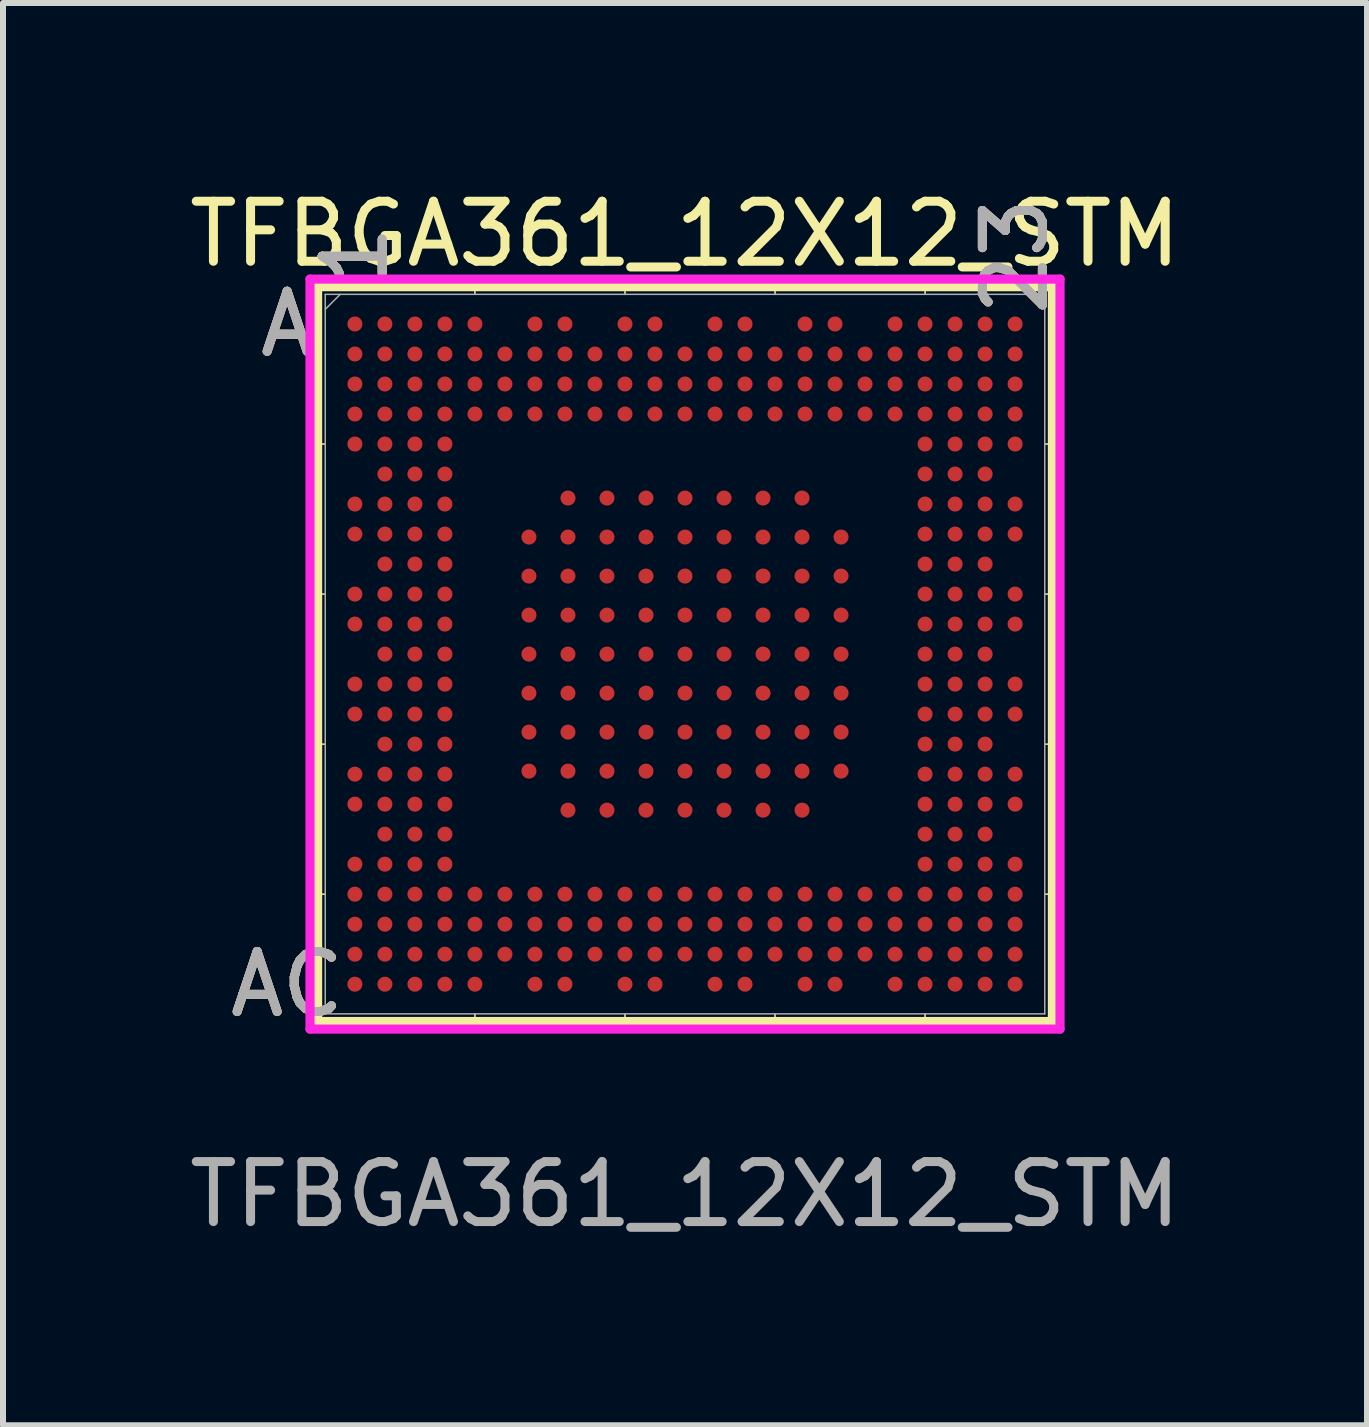
<source format=kicad_pcb>
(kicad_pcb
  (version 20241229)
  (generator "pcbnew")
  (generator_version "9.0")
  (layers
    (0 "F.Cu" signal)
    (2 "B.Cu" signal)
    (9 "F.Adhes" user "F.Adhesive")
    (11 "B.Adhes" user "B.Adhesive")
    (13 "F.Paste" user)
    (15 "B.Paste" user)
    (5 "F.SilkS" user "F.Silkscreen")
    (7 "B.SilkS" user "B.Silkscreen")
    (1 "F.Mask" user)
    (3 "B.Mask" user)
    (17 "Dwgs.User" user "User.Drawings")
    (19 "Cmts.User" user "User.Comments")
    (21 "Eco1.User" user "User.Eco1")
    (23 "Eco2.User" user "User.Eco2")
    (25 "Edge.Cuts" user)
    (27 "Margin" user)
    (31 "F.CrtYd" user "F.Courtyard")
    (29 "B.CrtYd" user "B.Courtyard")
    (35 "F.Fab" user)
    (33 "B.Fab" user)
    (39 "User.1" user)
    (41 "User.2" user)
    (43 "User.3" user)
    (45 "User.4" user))
  (footprint "TFBGA361_12X12_STM"
    (layer "F.Cu")
    (at 8.363 7.848)
    (property "Reference" "TFBGA361_12X12_STM" (at 0 -7 0) (unlocked yes) (layer "F.SilkS") (effects (font (size 1 1) (thickness 0.15))))
    (attr smd)
    (fp_line (start -6.121 -6.121) (end -6.121 6.121) (stroke (width 0.152) (type solid)) (layer "F.SilkS"))
    (fp_line (start -6.121 6.121) (end 6.121 6.121) (stroke (width 0.152) (type solid)) (layer "F.SilkS"))
    (fp_line (start -5.994 -3.5) (end -6.248 -3.5) (stroke (width 0.025) (type solid)) (layer "F.SilkS"))
    (fp_line (start -5.994 -1) (end -6.248 -1) (stroke (width 0.025) (type solid)) (layer "F.SilkS"))
    (fp_line (start -5.994 1.5) (end -6.248 1.5) (stroke (width 0.025) (type solid)) (layer "F.SilkS"))
    (fp_line (start -5.994 4) (end -6.248 4) (stroke (width 0.025) (type solid)) (layer "F.SilkS"))
    (fp_line (start -3.5 -5.994) (end -3.5 -6.248) (stroke (width 0.025) (type solid)) (layer "F.SilkS"))
    (fp_line (start -3.5 5.994) (end -3.5 6.248) (stroke (width 0.025) (type solid)) (layer "F.SilkS"))
    (fp_line (start -1 -5.994) (end -1 -6.248) (stroke (width 0.025) (type solid)) (layer "F.SilkS"))
    (fp_line (start -1 5.994) (end -1 6.248) (stroke (width 0.025) (type solid)) (layer "F.SilkS"))
    (fp_line (start 1.5 -5.994) (end 1.5 -6.248) (stroke (width 0.025) (type solid)) (layer "F.SilkS"))
    (fp_line (start 1.5 5.994) (end 1.5 6.248) (stroke (width 0.025) (type solid)) (layer "F.SilkS"))
    (fp_line (start 4 -5.994) (end 4 -6.248) (stroke (width 0.025) (type solid)) (layer "F.SilkS"))
    (fp_line (start 4 5.994) (end 4 6.248) (stroke (width 0.025) (type solid)) (layer "F.SilkS"))
    (fp_line (start 5.994 -3.5) (end 6.248 -3.5) (stroke (width 0.025) (type solid)) (layer "F.SilkS"))
    (fp_line (start 5.994 -1) (end 6.248 -1) (stroke (width 0.025) (type solid)) (layer "F.SilkS"))
    (fp_line (start 5.994 1.5) (end 6.248 1.5) (stroke (width 0.025) (type solid)) (layer "F.SilkS"))
    (fp_line (start 5.994 4) (end 6.248 4) (stroke (width 0.025) (type solid)) (layer "F.SilkS"))
    (fp_line (start 6.121 -6.121) (end -6.121 -6.121) (stroke (width 0.152) (type solid)) (layer "F.SilkS"))
    (fp_line (start 6.121 6.121) (end 6.121 -6.121) (stroke (width 0.152) (type solid)) (layer "F.SilkS"))
    (fp_poly (pts (xy -6.194 -6.194) (xy 6.194 -6.194) (xy 6.194 6.194) (xy -6.194 6.194)) (stroke (width 0.1) (type solid)) (fill no) (layer "Eco2.User"))
    (fp_line (start -6.248 -6.248) (end 6.248 -6.248) (stroke (width 0.152) (type solid)) (layer "F.CrtYd"))
    (fp_line (start -6.248 6.248) (end -6.248 -6.248) (stroke (width 0.152) (type solid)) (layer "F.CrtYd"))
    (fp_line (start 6.248 -6.248) (end 6.248 6.248) (stroke (width 0.152) (type solid)) (layer "F.CrtYd"))
    (fp_line (start 6.248 6.248) (end -6.248 6.248) (stroke (width 0.152) (type solid)) (layer "F.CrtYd"))
    (fp_line (start -5.994 -5.994) (end -5.994 5.994) (stroke (width 0.025) (type solid)) (layer "F.Fab"))
    (fp_line (start -5.994 5.994) (end 5.994 5.994) (stroke (width 0.025) (type solid)) (layer "F.Fab"))
    (fp_line (start -5.744 -5.994) (end -5.994 -5.744) (stroke (width 0.025) (type solid)) (layer "F.Fab"))
    (fp_line (start 5.994 -5.994) (end -5.994 -5.994) (stroke (width 0.025) (type solid)) (layer "F.Fab"))
    (fp_line (start 5.994 5.994) (end 5.994 -5.994) (stroke (width 0.025) (type solid)) (layer "F.Fab"))
    (fp_text user "23" (at 5.5 -6.629 90) (unlocked yes) (layer "F.SilkS") (effects (font (size 1 1) (thickness 0.15))))
    (fp_text user "AC" (at -6.629 5.5 0) (unlocked yes) (layer "F.SilkS") (effects (font (size 1 1) (thickness 0.15))))
    (fp_text user "1" (at -5.5 -6.629 90) (unlocked yes) (layer "F.SilkS") (effects (font (size 1 1) (thickness 0.15))))
    (fp_text user "A" (at -6.629 -5.5 0) (unlocked yes) (layer "F.SilkS") (effects (font (size 1 1) (thickness 0.15))))
    (fp_text user "23" (at 5.5 -6.629 90) (unlocked yes) (layer "B.SilkS") (effects (font (size 1 1) (thickness 0.15))))
    (fp_text user "A" (at -6.629 -5.5 0) (unlocked yes) (layer "B.SilkS") (effects (font (size 1 1) (thickness 0.15))))
    (fp_text user "AC" (at -6.629 5.5 0) (unlocked yes) (layer "B.SilkS") (effects (font (size 1 1) (thickness 0.15))))
    (fp_text user "1" (at -5.5 -6.629 90) (unlocked yes) (layer "B.SilkS") (effects (font (size 1 1) (thickness 0.15))))
    (fp_text user "23" (at 5.5 -6.629 90) (unlocked yes) (layer "F.Fab") (effects (font (size 1 1) (thickness 0.15))))
    (fp_text user "1" (at -5.5 -6.629 90) (unlocked yes) (layer "F.Fab") (effects (font (size 1 1) (thickness 0.15))))
    (fp_text user "${REFERENCE}" (at 0 9 0) (unlocked yes) (layer "F.Fab") (effects (font (size 1 1) (thickness 0.15))))
    (fp_text user "AC" (at -6.629 5.5 0) (unlocked yes) (layer "F.Fab") (effects (font (size 1 1) (thickness 0.15))))
    (fp_text user "A" (at -6.629 -5.5 0) (unlocked yes) (layer "F.Fab") (effects (font (size 1 1) (thickness 0.15))))
    (pad "1A2" smd circle (at -1.95 -2.6) (size 0.25 0.25) (layers "F.Cu" "F.Mask" "F.Paste"))
    (pad "1A3" smd circle (at -1.3 -2.6) (size 0.25 0.25) (layers "F.Cu" "F.Mask" "F.Paste"))
    (pad "1A4" smd circle (at -0.65 -2.6) (size 0.25 0.25) (layers "F.Cu" "F.Mask" "F.Paste"))
    (pad "1A5" smd circle (at 0 -2.6) (size 0.25 0.25) (layers "F.Cu" "F.Mask" "F.Paste"))
    (pad "1A6" smd circle (at 0.65 -2.6) (size 0.25 0.25) (layers "F.Cu" "F.Mask" "F.Paste"))
    (pad "1A7" smd circle (at 1.3 -2.6) (size 0.25 0.25) (layers "F.Cu" "F.Mask" "F.Paste"))
    (pad "1A8" smd circle (at 1.95 -2.6) (size 0.25 0.25) (layers "F.Cu" "F.Mask" "F.Paste"))
    (pad "1B1" smd circle (at -2.6 -1.95) (size 0.25 0.25) (layers "F.Cu" "F.Mask" "F.Paste"))
    (pad "1B2" smd circle (at -1.95 -1.95) (size 0.25 0.25) (layers "F.Cu" "F.Mask" "F.Paste"))
    (pad "1B3" smd circle (at -1.3 -1.95) (size 0.25 0.25) (layers "F.Cu" "F.Mask" "F.Paste"))
    (pad "1B4" smd circle (at -0.65 -1.95) (size 0.25 0.25) (layers "F.Cu" "F.Mask" "F.Paste"))
    (pad "1B5" smd circle (at 0 -1.95) (size 0.25 0.25) (layers "F.Cu" "F.Mask" "F.Paste"))
    (pad "1B6" smd circle (at 0.65 -1.95) (size 0.25 0.25) (layers "F.Cu" "F.Mask" "F.Paste"))
    (pad "1B7" smd circle (at 1.3 -1.95) (size 0.25 0.25) (layers "F.Cu" "F.Mask" "F.Paste"))
    (pad "1B8" smd circle (at 1.95 -1.95) (size 0.25 0.25) (layers "F.Cu" "F.Mask" "F.Paste"))
    (pad "1B9" smd circle (at 2.6 -1.95) (size 0.25 0.25) (layers "F.Cu" "F.Mask" "F.Paste"))
    (pad "1C1" smd circle (at -2.6 -1.3) (size 0.25 0.25) (layers "F.Cu" "F.Mask" "F.Paste"))
    (pad "1C2" smd circle (at -1.95 -1.3) (size 0.25 0.25) (layers "F.Cu" "F.Mask" "F.Paste"))
    (pad "1C3" smd circle (at -1.3 -1.3) (size 0.25 0.25) (layers "F.Cu" "F.Mask" "F.Paste"))
    (pad "1C4" smd circle (at -0.65 -1.3) (size 0.25 0.25) (layers "F.Cu" "F.Mask" "F.Paste"))
    (pad "1C5" smd circle (at 0 -1.3) (size 0.25 0.25) (layers "F.Cu" "F.Mask" "F.Paste"))
    (pad "1C6" smd circle (at 0.65 -1.3) (size 0.25 0.25) (layers "F.Cu" "F.Mask" "F.Paste"))
    (pad "1C7" smd circle (at 1.3 -1.3) (size 0.25 0.25) (layers "F.Cu" "F.Mask" "F.Paste"))
    (pad "1C8" smd circle (at 1.95 -1.3) (size 0.25 0.25) (layers "F.Cu" "F.Mask" "F.Paste"))
    (pad "1C9" smd circle (at 2.6 -1.3) (size 0.25 0.25) (layers "F.Cu" "F.Mask" "F.Paste"))
    (pad "1D1" smd circle (at -2.6 -0.65) (size 0.25 0.25) (layers "F.Cu" "F.Mask" "F.Paste"))
    (pad "1D2" smd circle (at -1.95 -0.65) (size 0.25 0.25) (layers "F.Cu" "F.Mask" "F.Paste"))
    (pad "1D3" smd circle (at -1.3 -0.65) (size 0.25 0.25) (layers "F.Cu" "F.Mask" "F.Paste"))
    (pad "1D4" smd circle (at -0.65 -0.65) (size 0.25 0.25) (layers "F.Cu" "F.Mask" "F.Paste"))
    (pad "1D5" smd circle (at 0 -0.65) (size 0.25 0.25) (layers "F.Cu" "F.Mask" "F.Paste"))
    (pad "1D6" smd circle (at 0.65 -0.65) (size 0.25 0.25) (layers "F.Cu" "F.Mask" "F.Paste"))
    (pad "1D7" smd circle (at 1.3 -0.65) (size 0.25 0.25) (layers "F.Cu" "F.Mask" "F.Paste"))
    (pad "1D8" smd circle (at 1.95 -0.65) (size 0.25 0.25) (layers "F.Cu" "F.Mask" "F.Paste"))
    (pad "1D9" smd circle (at 2.6 -0.65) (size 0.25 0.25) (layers "F.Cu" "F.Mask" "F.Paste"))
    (pad "1E1" smd circle (at -2.6 0) (size 0.25 0.25) (layers "F.Cu" "F.Mask" "F.Paste"))
    (pad "1E2" smd circle (at -1.95 0) (size 0.25 0.25) (layers "F.Cu" "F.Mask" "F.Paste"))
    (pad "1E3" smd circle (at -1.3 0) (size 0.25 0.25) (layers "F.Cu" "F.Mask" "F.Paste"))
    (pad "1E4" smd circle (at -0.65 0) (size 0.25 0.25) (layers "F.Cu" "F.Mask" "F.Paste"))
    (pad "1E5" smd circle (at 0 0) (size 0.25 0.25) (layers "F.Cu" "F.Mask" "F.Paste"))
    (pad "1E6" smd circle (at 0.65 0) (size 0.25 0.25) (layers "F.Cu" "F.Mask" "F.Paste"))
    (pad "1E7" smd circle (at 1.3 0) (size 0.25 0.25) (layers "F.Cu" "F.Mask" "F.Paste"))
    (pad "1E8" smd circle (at 1.95 0) (size 0.25 0.25) (layers "F.Cu" "F.Mask" "F.Paste"))
    (pad "1E9" smd circle (at 2.6 0) (size 0.25 0.25) (layers "F.Cu" "F.Mask" "F.Paste"))
    (pad "1F1" smd circle (at -2.6 0.65) (size 0.25 0.25) (layers "F.Cu" "F.Mask" "F.Paste"))
    (pad "1F2" smd circle (at -1.95 0.65) (size 0.25 0.25) (layers "F.Cu" "F.Mask" "F.Paste"))
    (pad "1F3" smd circle (at -1.3 0.65) (size 0.25 0.25) (layers "F.Cu" "F.Mask" "F.Paste"))
    (pad "1F4" smd circle (at -0.65 0.65) (size 0.25 0.25) (layers "F.Cu" "F.Mask" "F.Paste"))
    (pad "1F5" smd circle (at 0 0.65) (size 0.25 0.25) (layers "F.Cu" "F.Mask" "F.Paste"))
    (pad "1F6" smd circle (at 0.65 0.65) (size 0.25 0.25) (layers "F.Cu" "F.Mask" "F.Paste"))
    (pad "1F7" smd circle (at 1.3 0.65) (size 0.25 0.25) (layers "F.Cu" "F.Mask" "F.Paste"))
    (pad "1F8" smd circle (at 1.95 0.65) (size 0.25 0.25) (layers "F.Cu" "F.Mask" "F.Paste"))
    (pad "1F9" smd circle (at 2.6 0.65) (size 0.25 0.25) (layers "F.Cu" "F.Mask" "F.Paste"))
    (pad "1G1" smd circle (at -2.6 1.3) (size 0.25 0.25) (layers "F.Cu" "F.Mask" "F.Paste"))
    (pad "1G2" smd circle (at -1.95 1.3) (size 0.25 0.25) (layers "F.Cu" "F.Mask" "F.Paste"))
    (pad "1G3" smd circle (at -1.3 1.3) (size 0.25 0.25) (layers "F.Cu" "F.Mask" "F.Paste"))
    (pad "1G4" smd circle (at -0.65 1.3) (size 0.25 0.25) (layers "F.Cu" "F.Mask" "F.Paste"))
    (pad "1G5" smd circle (at 0 1.3) (size 0.25 0.25) (layers "F.Cu" "F.Mask" "F.Paste"))
    (pad "1G6" smd circle (at 0.65 1.3) (size 0.25 0.25) (layers "F.Cu" "F.Mask" "F.Paste"))
    (pad "1G7" smd circle (at 1.3 1.3) (size 0.25 0.25) (layers "F.Cu" "F.Mask" "F.Paste"))
    (pad "1G8" smd circle (at 1.95 1.3) (size 0.25 0.25) (layers "F.Cu" "F.Mask" "F.Paste"))
    (pad "1G9" smd circle (at 2.6 1.3) (size 0.25 0.25) (layers "F.Cu" "F.Mask" "F.Paste"))
    (pad "1H1" smd circle (at -2.6 1.95) (size 0.25 0.25) (layers "F.Cu" "F.Mask" "F.Paste"))
    (pad "1H2" smd circle (at -1.95 1.95) (size 0.25 0.25) (layers "F.Cu" "F.Mask" "F.Paste"))
    (pad "1H3" smd circle (at -1.3 1.95) (size 0.25 0.25) (layers "F.Cu" "F.Mask" "F.Paste"))
    (pad "1H4" smd circle (at -0.65 1.95) (size 0.25 0.25) (layers "F.Cu" "F.Mask" "F.Paste"))
    (pad "1H5" smd circle (at 0 1.95) (size 0.25 0.25) (layers "F.Cu" "F.Mask" "F.Paste"))
    (pad "1H6" smd circle (at 0.65 1.95) (size 0.25 0.25) (layers "F.Cu" "F.Mask" "F.Paste"))
    (pad "1H7" smd circle (at 1.3 1.95) (size 0.25 0.25) (layers "F.Cu" "F.Mask" "F.Paste"))
    (pad "1H8" smd circle (at 1.95 1.95) (size 0.25 0.25) (layers "F.Cu" "F.Mask" "F.Paste"))
    (pad "1H9" smd circle (at 2.6 1.95) (size 0.25 0.25) (layers "F.Cu" "F.Mask" "F.Paste"))
    (pad "1J2" smd circle (at -1.95 2.6) (size 0.25 0.25) (layers "F.Cu" "F.Mask" "F.Paste"))
    (pad "1J3" smd circle (at -1.3 2.6) (size 0.25 0.25) (layers "F.Cu" "F.Mask" "F.Paste"))
    (pad "1J4" smd circle (at -0.65 2.6) (size 0.25 0.25) (layers "F.Cu" "F.Mask" "F.Paste"))
    (pad "1J5" smd circle (at 0 2.6) (size 0.25 0.25) (layers "F.Cu" "F.Mask" "F.Paste"))
    (pad "1J6" smd circle (at 0.65 2.6) (size 0.25 0.25) (layers "F.Cu" "F.Mask" "F.Paste"))
    (pad "1J7" smd circle (at 1.3 2.6) (size 0.25 0.25) (layers "F.Cu" "F.Mask" "F.Paste"))
    (pad "1J8" smd circle (at 1.95 2.6) (size 0.25 0.25) (layers "F.Cu" "F.Mask" "F.Paste"))
    (pad "A1" smd circle (at -5.5 -5.5) (size 0.25 0.25) (layers "F.Cu" "F.Mask" "F.Paste"))
    (pad "A2" smd circle (at -5 -5.5) (size 0.25 0.25) (layers "F.Cu" "F.Mask" "F.Paste"))
    (pad "A3" smd circle (at -4.5 -5.5) (size 0.25 0.25) (layers "F.Cu" "F.Mask" "F.Paste"))
    (pad "A4" smd circle (at -4 -5.5) (size 0.25 0.25) (layers "F.Cu" "F.Mask" "F.Paste"))
    (pad "A5" smd circle (at -3.5 -5.5) (size 0.25 0.25) (layers "F.Cu" "F.Mask" "F.Paste"))
    (pad "A7" smd circle (at -2.5 -5.5) (size 0.25 0.25) (layers "F.Cu" "F.Mask" "F.Paste"))
    (pad "A8" smd circle (at -2 -5.5) (size 0.25 0.25) (layers "F.Cu" "F.Mask" "F.Paste"))
    (pad "A10" smd circle (at -1 -5.5) (size 0.25 0.25) (layers "F.Cu" "F.Mask" "F.Paste"))
    (pad "A11" smd circle (at -0.5 -5.5) (size 0.25 0.25) (layers "F.Cu" "F.Mask" "F.Paste"))
    (pad "A13" smd circle (at 0.5 -5.5) (size 0.25 0.25) (layers "F.Cu" "F.Mask" "F.Paste"))
    (pad "A14" smd circle (at 1 -5.5) (size 0.25 0.25) (layers "F.Cu" "F.Mask" "F.Paste"))
    (pad "A16" smd circle (at 2 -5.5) (size 0.25 0.25) (layers "F.Cu" "F.Mask" "F.Paste"))
    (pad "A17" smd circle (at 2.5 -5.5) (size 0.25 0.25) (layers "F.Cu" "F.Mask" "F.Paste"))
    (pad "A19" smd circle (at 3.5 -5.5) (size 0.25 0.25) (layers "F.Cu" "F.Mask" "F.Paste"))
    (pad "A20" smd circle (at 4 -5.5) (size 0.25 0.25) (layers "F.Cu" "F.Mask" "F.Paste"))
    (pad "A21" smd circle (at 4.5 -5.5) (size 0.25 0.25) (layers "F.Cu" "F.Mask" "F.Paste"))
    (pad "A22" smd circle (at 5 -5.5) (size 0.25 0.25) (layers "F.Cu" "F.Mask" "F.Paste"))
    (pad "A23" smd circle (at 5.5 -5.5) (size 0.25 0.25) (layers "F.Cu" "F.Mask" "F.Paste"))
    (pad "AA1" smd circle (at -5.5 4.5) (size 0.25 0.25) (layers "F.Cu" "F.Mask" "F.Paste"))
    (pad "AA2" smd circle (at -5 4.5) (size 0.25 0.25) (layers "F.Cu" "F.Mask" "F.Paste"))
    (pad "AA3" smd circle (at -4.5 4.5) (size 0.25 0.25) (layers "F.Cu" "F.Mask" "F.Paste"))
    (pad "AA4" smd circle (at -4 4.5) (size 0.25 0.25) (layers "F.Cu" "F.Mask" "F.Paste"))
    (pad "AA5" smd circle (at -3.5 4.5) (size 0.25 0.25) (layers "F.Cu" "F.Mask" "F.Paste"))
    (pad "AA6" smd circle (at -3 4.5) (size 0.25 0.25) (layers "F.Cu" "F.Mask" "F.Paste"))
    (pad "AA7" smd circle (at -2.5 4.5) (size 0.25 0.25) (layers "F.Cu" "F.Mask" "F.Paste"))
    (pad "AA8" smd circle (at -2 4.5) (size 0.25 0.25) (layers "F.Cu" "F.Mask" "F.Paste"))
    (pad "AA9" smd circle (at -1.5 4.5) (size 0.25 0.25) (layers "F.Cu" "F.Mask" "F.Paste"))
    (pad "AA10" smd circle (at -1 4.5) (size 0.25 0.25) (layers "F.Cu" "F.Mask" "F.Paste"))
    (pad "AA11" smd circle (at -0.5 4.5) (size 0.25 0.25) (layers "F.Cu" "F.Mask" "F.Paste"))
    (pad "AA12" smd circle (at 0 4.5) (size 0.25 0.25) (layers "F.Cu" "F.Mask" "F.Paste"))
    (pad "AA13" smd circle (at 0.5 4.5) (size 0.25 0.25) (layers "F.Cu" "F.Mask" "F.Paste"))
    (pad "AA14" smd circle (at 1 4.5) (size 0.25 0.25) (layers "F.Cu" "F.Mask" "F.Paste"))
    (pad "AA15" smd circle (at 1.5 4.5) (size 0.25 0.25) (layers "F.Cu" "F.Mask" "F.Paste"))
    (pad "AA16" smd circle (at 2 4.5) (size 0.25 0.25) (layers "F.Cu" "F.Mask" "F.Paste"))
    (pad "AA17" smd circle (at 2.5 4.5) (size 0.25 0.25) (layers "F.Cu" "F.Mask" "F.Paste"))
    (pad "AA18" smd circle (at 3 4.5) (size 0.25 0.25) (layers "F.Cu" "F.Mask" "F.Paste"))
    (pad "AA19" smd circle (at 3.5 4.5) (size 0.25 0.25) (layers "F.Cu" "F.Mask" "F.Paste"))
    (pad "AA20" smd circle (at 4 4.5) (size 0.25 0.25) (layers "F.Cu" "F.Mask" "F.Paste"))
    (pad "AA21" smd circle (at 4.5 4.5) (size 0.25 0.25) (layers "F.Cu" "F.Mask" "F.Paste"))
    (pad "AA22" smd circle (at 5 4.5) (size 0.25 0.25) (layers "F.Cu" "F.Mask" "F.Paste"))
    (pad "AA23" smd circle (at 5.5 4.5) (size 0.25 0.25) (layers "F.Cu" "F.Mask" "F.Paste"))
    (pad "AB1" smd circle (at -5.5 5) (size 0.25 0.25) (layers "F.Cu" "F.Mask" "F.Paste"))
    (pad "AB2" smd circle (at -5 5) (size 0.25 0.25) (layers "F.Cu" "F.Mask" "F.Paste"))
    (pad "AB3" smd circle (at -4.5 5) (size 0.25 0.25) (layers "F.Cu" "F.Mask" "F.Paste"))
    (pad "AB4" smd circle (at -4 5) (size 0.25 0.25) (layers "F.Cu" "F.Mask" "F.Paste"))
    (pad "AB5" smd circle (at -3.5 5) (size 0.25 0.25) (layers "F.Cu" "F.Mask" "F.Paste"))
    (pad "AB6" smd circle (at -3 5) (size 0.25 0.25) (layers "F.Cu" "F.Mask" "F.Paste"))
    (pad "AB7" smd circle (at -2.5 5) (size 0.25 0.25) (layers "F.Cu" "F.Mask" "F.Paste"))
    (pad "AB8" smd circle (at -2 5) (size 0.25 0.25) (layers "F.Cu" "F.Mask" "F.Paste"))
    (pad "AB9" smd circle (at -1.5 5) (size 0.25 0.25) (layers "F.Cu" "F.Mask" "F.Paste"))
    (pad "AB10" smd circle (at -1 5) (size 0.25 0.25) (layers "F.Cu" "F.Mask" "F.Paste"))
    (pad "AB11" smd circle (at -0.5 5) (size 0.25 0.25) (layers "F.Cu" "F.Mask" "F.Paste"))
    (pad "AB12" smd circle (at 0 5) (size 0.25 0.25) (layers "F.Cu" "F.Mask" "F.Paste"))
    (pad "AB13" smd circle (at 0.5 5) (size 0.25 0.25) (layers "F.Cu" "F.Mask" "F.Paste"))
    (pad "AB14" smd circle (at 1 5) (size 0.25 0.25) (layers "F.Cu" "F.Mask" "F.Paste"))
    (pad "AB15" smd circle (at 1.5 5) (size 0.25 0.25) (layers "F.Cu" "F.Mask" "F.Paste"))
    (pad "AB16" smd circle (at 2 5) (size 0.25 0.25) (layers "F.Cu" "F.Mask" "F.Paste"))
    (pad "AB17" smd circle (at 2.5 5) (size 0.25 0.25) (layers "F.Cu" "F.Mask" "F.Paste"))
    (pad "AB18" smd circle (at 3 5) (size 0.25 0.25) (layers "F.Cu" "F.Mask" "F.Paste"))
    (pad "AB19" smd circle (at 3.5 5) (size 0.25 0.25) (layers "F.Cu" "F.Mask" "F.Paste"))
    (pad "AB20" smd circle (at 4 5) (size 0.25 0.25) (layers "F.Cu" "F.Mask" "F.Paste"))
    (pad "AB21" smd circle (at 4.5 5) (size 0.25 0.25) (layers "F.Cu" "F.Mask" "F.Paste"))
    (pad "AB22" smd circle (at 5 5) (size 0.25 0.25) (layers "F.Cu" "F.Mask" "F.Paste"))
    (pad "AB23" smd circle (at 5.5 5) (size 0.25 0.25) (layers "F.Cu" "F.Mask" "F.Paste"))
    (pad "AC1" smd circle (at -5.5 5.5) (size 0.25 0.25) (layers "F.Cu" "F.Mask" "F.Paste"))
    (pad "AC2" smd circle (at -5 5.5) (size 0.25 0.25) (layers "F.Cu" "F.Mask" "F.Paste"))
    (pad "AC3" smd circle (at -4.5 5.5) (size 0.25 0.25) (layers "F.Cu" "F.Mask" "F.Paste"))
    (pad "AC4" smd circle (at -4 5.5) (size 0.25 0.25) (layers "F.Cu" "F.Mask" "F.Paste"))
    (pad "AC5" smd circle (at -3.5 5.5) (size 0.25 0.25) (layers "F.Cu" "F.Mask" "F.Paste"))
    (pad "AC7" smd circle (at -2.5 5.5) (size 0.25 0.25) (layers "F.Cu" "F.Mask" "F.Paste"))
    (pad "AC8" smd circle (at -2 5.5) (size 0.25 0.25) (layers "F.Cu" "F.Mask" "F.Paste"))
    (pad "AC10" smd circle (at -1 5.5) (size 0.25 0.25) (layers "F.Cu" "F.Mask" "F.Paste"))
    (pad "AC11" smd circle (at -0.5 5.5) (size 0.25 0.25) (layers "F.Cu" "F.Mask" "F.Paste"))
    (pad "AC13" smd circle (at 0.5 5.5) (size 0.25 0.25) (layers "F.Cu" "F.Mask" "F.Paste"))
    (pad "AC14" smd circle (at 1 5.5) (size 0.25 0.25) (layers "F.Cu" "F.Mask" "F.Paste"))
    (pad "AC16" smd circle (at 2 5.5) (size 0.25 0.25) (layers "F.Cu" "F.Mask" "F.Paste"))
    (pad "AC17" smd circle (at 2.5 5.5) (size 0.25 0.25) (layers "F.Cu" "F.Mask" "F.Paste"))
    (pad "AC19" smd circle (at 3.5 5.5) (size 0.25 0.25) (layers "F.Cu" "F.Mask" "F.Paste"))
    (pad "AC20" smd circle (at 4 5.5) (size 0.25 0.25) (layers "F.Cu" "F.Mask" "F.Paste"))
    (pad "AC21" smd circle (at 4.5 5.5) (size 0.25 0.25) (layers "F.Cu" "F.Mask" "F.Paste"))
    (pad "AC22" smd circle (at 5 5.5) (size 0.25 0.25) (layers "F.Cu" "F.Mask" "F.Paste"))
    (pad "AC23" smd circle (at 5.5 5.5) (size 0.25 0.25) (layers "F.Cu" "F.Mask" "F.Paste"))
    (pad "B1" smd circle (at -5.5 -5) (size 0.25 0.25) (layers "F.Cu" "F.Mask" "F.Paste"))
    (pad "B2" smd circle (at -5 -5) (size 0.25 0.25) (layers "F.Cu" "F.Mask" "F.Paste"))
    (pad "B3" smd circle (at -4.5 -5) (size 0.25 0.25) (layers "F.Cu" "F.Mask" "F.Paste"))
    (pad "B4" smd circle (at -4 -5) (size 0.25 0.25) (layers "F.Cu" "F.Mask" "F.Paste"))
    (pad "B5" smd circle (at -3.5 -5) (size 0.25 0.25) (layers "F.Cu" "F.Mask" "F.Paste"))
    (pad "B6" smd circle (at -3 -5) (size 0.25 0.25) (layers "F.Cu" "F.Mask" "F.Paste"))
    (pad "B7" smd circle (at -2.5 -5) (size 0.25 0.25) (layers "F.Cu" "F.Mask" "F.Paste"))
    (pad "B8" smd circle (at -2 -5) (size 0.25 0.25) (layers "F.Cu" "F.Mask" "F.Paste"))
    (pad "B9" smd circle (at -1.5 -5) (size 0.25 0.25) (layers "F.Cu" "F.Mask" "F.Paste"))
    (pad "B10" smd circle (at -1 -5) (size 0.25 0.25) (layers "F.Cu" "F.Mask" "F.Paste"))
    (pad "B11" smd circle (at -0.5 -5) (size 0.25 0.25) (layers "F.Cu" "F.Mask" "F.Paste"))
    (pad "B12" smd circle (at 0 -5) (size 0.25 0.25) (layers "F.Cu" "F.Mask" "F.Paste"))
    (pad "B13" smd circle (at 0.5 -5) (size 0.25 0.25) (layers "F.Cu" "F.Mask" "F.Paste"))
    (pad "B14" smd circle (at 1 -5) (size 0.25 0.25) (layers "F.Cu" "F.Mask" "F.Paste"))
    (pad "B15" smd circle (at 1.5 -5) (size 0.25 0.25) (layers "F.Cu" "F.Mask" "F.Paste"))
    (pad "B16" smd circle (at 2 -5) (size 0.25 0.25) (layers "F.Cu" "F.Mask" "F.Paste"))
    (pad "B17" smd circle (at 2.5 -5) (size 0.25 0.25) (layers "F.Cu" "F.Mask" "F.Paste"))
    (pad "B18" smd circle (at 3 -5) (size 0.25 0.25) (layers "F.Cu" "F.Mask" "F.Paste"))
    (pad "B19" smd circle (at 3.5 -5) (size 0.25 0.25) (layers "F.Cu" "F.Mask" "F.Paste"))
    (pad "B20" smd circle (at 4 -5) (size 0.25 0.25) (layers "F.Cu" "F.Mask" "F.Paste"))
    (pad "B21" smd circle (at 4.5 -5) (size 0.25 0.25) (layers "F.Cu" "F.Mask" "F.Paste"))
    (pad "B22" smd circle (at 5 -5) (size 0.25 0.25) (layers "F.Cu" "F.Mask" "F.Paste"))
    (pad "B23" smd circle (at 5.5 -5) (size 0.25 0.25) (layers "F.Cu" "F.Mask" "F.Paste"))
    (pad "C1" smd circle (at -5.5 -4.5) (size 0.25 0.25) (layers "F.Cu" "F.Mask" "F.Paste"))
    (pad "C2" smd circle (at -5 -4.5) (size 0.25 0.25) (layers "F.Cu" "F.Mask" "F.Paste"))
    (pad "C3" smd circle (at -4.5 -4.5) (size 0.25 0.25) (layers "F.Cu" "F.Mask" "F.Paste"))
    (pad "C4" smd circle (at -4 -4.5) (size 0.25 0.25) (layers "F.Cu" "F.Mask" "F.Paste"))
    (pad "C5" smd circle (at -3.5 -4.5) (size 0.25 0.25) (layers "F.Cu" "F.Mask" "F.Paste"))
    (pad "C6" smd circle (at -3 -4.5) (size 0.25 0.25) (layers "F.Cu" "F.Mask" "F.Paste"))
    (pad "C7" smd circle (at -2.5 -4.5) (size 0.25 0.25) (layers "F.Cu" "F.Mask" "F.Paste"))
    (pad "C8" smd circle (at -2 -4.5) (size 0.25 0.25) (layers "F.Cu" "F.Mask" "F.Paste"))
    (pad "C9" smd circle (at -1.5 -4.5) (size 0.25 0.25) (layers "F.Cu" "F.Mask" "F.Paste"))
    (pad "C10" smd circle (at -1 -4.5) (size 0.25 0.25) (layers "F.Cu" "F.Mask" "F.Paste"))
    (pad "C11" smd circle (at -0.5 -4.5) (size 0.25 0.25) (layers "F.Cu" "F.Mask" "F.Paste"))
    (pad "C12" smd circle (at 0 -4.5) (size 0.25 0.25) (layers "F.Cu" "F.Mask" "F.Paste"))
    (pad "C13" smd circle (at 0.5 -4.5) (size 0.25 0.25) (layers "F.Cu" "F.Mask" "F.Paste"))
    (pad "C14" smd circle (at 1 -4.5) (size 0.25 0.25) (layers "F.Cu" "F.Mask" "F.Paste"))
    (pad "C15" smd circle (at 1.5 -4.5) (size 0.25 0.25) (layers "F.Cu" "F.Mask" "F.Paste"))
    (pad "C16" smd circle (at 2 -4.5) (size 0.25 0.25) (layers "F.Cu" "F.Mask" "F.Paste"))
    (pad "C17" smd circle (at 2.5 -4.5) (size 0.25 0.25) (layers "F.Cu" "F.Mask" "F.Paste"))
    (pad "C18" smd circle (at 3 -4.5) (size 0.25 0.25) (layers "F.Cu" "F.Mask" "F.Paste"))
    (pad "C19" smd circle (at 3.5 -4.5) (size 0.25 0.25) (layers "F.Cu" "F.Mask" "F.Paste"))
    (pad "C20" smd circle (at 4 -4.5) (size 0.25 0.25) (layers "F.Cu" "F.Mask" "F.Paste"))
    (pad "C21" smd circle (at 4.5 -4.5) (size 0.25 0.25) (layers "F.Cu" "F.Mask" "F.Paste"))
    (pad "C22" smd circle (at 5 -4.5) (size 0.25 0.25) (layers "F.Cu" "F.Mask" "F.Paste"))
    (pad "C23" smd circle (at 5.5 -4.5) (size 0.25 0.25) (layers "F.Cu" "F.Mask" "F.Paste"))
    (pad "D1" smd circle (at -5.5 -4) (size 0.25 0.25) (layers "F.Cu" "F.Mask" "F.Paste"))
    (pad "D2" smd circle (at -5 -4) (size 0.25 0.25) (layers "F.Cu" "F.Mask" "F.Paste"))
    (pad "D3" smd circle (at -4.5 -4) (size 0.25 0.25) (layers "F.Cu" "F.Mask" "F.Paste"))
    (pad "D4" smd circle (at -4 -4) (size 0.25 0.25) (layers "F.Cu" "F.Mask" "F.Paste"))
    (pad "D5" smd circle (at -3.5 -4) (size 0.25 0.25) (layers "F.Cu" "F.Mask" "F.Paste"))
    (pad "D6" smd circle (at -3 -4) (size 0.25 0.25) (layers "F.Cu" "F.Mask" "F.Paste"))
    (pad "D7" smd circle (at -2.5 -4) (size 0.25 0.25) (layers "F.Cu" "F.Mask" "F.Paste"))
    (pad "D8" smd circle (at -2 -4) (size 0.25 0.25) (layers "F.Cu" "F.Mask" "F.Paste"))
    (pad "D9" smd circle (at -1.5 -4) (size 0.25 0.25) (layers "F.Cu" "F.Mask" "F.Paste"))
    (pad "D10" smd circle (at -1 -4) (size 0.25 0.25) (layers "F.Cu" "F.Mask" "F.Paste"))
    (pad "D11" smd circle (at -0.5 -4) (size 0.25 0.25) (layers "F.Cu" "F.Mask" "F.Paste"))
    (pad "D12" smd circle (at 0 -4) (size 0.25 0.25) (layers "F.Cu" "F.Mask" "F.Paste"))
    (pad "D13" smd circle (at 0.5 -4) (size 0.25 0.25) (layers "F.Cu" "F.Mask" "F.Paste"))
    (pad "D14" smd circle (at 1 -4) (size 0.25 0.25) (layers "F.Cu" "F.Mask" "F.Paste"))
    (pad "D15" smd circle (at 1.5 -4) (size 0.25 0.25) (layers "F.Cu" "F.Mask" "F.Paste"))
    (pad "D16" smd circle (at 2 -4) (size 0.25 0.25) (layers "F.Cu" "F.Mask" "F.Paste"))
    (pad "D17" smd circle (at 2.5 -4) (size 0.25 0.25) (layers "F.Cu" "F.Mask" "F.Paste"))
    (pad "D18" smd circle (at 3 -4) (size 0.25 0.25) (layers "F.Cu" "F.Mask" "F.Paste"))
    (pad "D19" smd circle (at 3.5 -4) (size 0.25 0.25) (layers "F.Cu" "F.Mask" "F.Paste"))
    (pad "D20" smd circle (at 4 -4) (size 0.25 0.25) (layers "F.Cu" "F.Mask" "F.Paste"))
    (pad "D21" smd circle (at 4.5 -4) (size 0.25 0.25) (layers "F.Cu" "F.Mask" "F.Paste"))
    (pad "D22" smd circle (at 5 -4) (size 0.25 0.25) (layers "F.Cu" "F.Mask" "F.Paste"))
    (pad "D23" smd circle (at 5.5 -4) (size 0.25 0.25) (layers "F.Cu" "F.Mask" "F.Paste"))
    (pad "E1" smd circle (at -5.5 -3.5) (size 0.25 0.25) (layers "F.Cu" "F.Mask" "F.Paste"))
    (pad "E2" smd circle (at -5 -3.5) (size 0.25 0.25) (layers "F.Cu" "F.Mask" "F.Paste"))
    (pad "E3" smd circle (at -4.5 -3.5) (size 0.25 0.25) (layers "F.Cu" "F.Mask" "F.Paste"))
    (pad "E4" smd circle (at -4 -3.5) (size 0.25 0.25) (layers "F.Cu" "F.Mask" "F.Paste"))
    (pad "E20" smd circle (at 4 -3.5) (size 0.25 0.25) (layers "F.Cu" "F.Mask" "F.Paste"))
    (pad "E21" smd circle (at 4.5 -3.5) (size 0.25 0.25) (layers "F.Cu" "F.Mask" "F.Paste"))
    (pad "E22" smd circle (at 5 -3.5) (size 0.25 0.25) (layers "F.Cu" "F.Mask" "F.Paste"))
    (pad "E23" smd circle (at 5.5 -3.5) (size 0.25 0.25) (layers "F.Cu" "F.Mask" "F.Paste"))
    (pad "F2" smd circle (at -5 -3) (size 0.25 0.25) (layers "F.Cu" "F.Mask" "F.Paste"))
    (pad "F3" smd circle (at -4.5 -3) (size 0.25 0.25) (layers "F.Cu" "F.Mask" "F.Paste"))
    (pad "F4" smd circle (at -4 -3) (size 0.25 0.25) (layers "F.Cu" "F.Mask" "F.Paste"))
    (pad "F20" smd circle (at 4 -3) (size 0.25 0.25) (layers "F.Cu" "F.Mask" "F.Paste"))
    (pad "F21" smd circle (at 4.5 -3) (size 0.25 0.25) (layers "F.Cu" "F.Mask" "F.Paste"))
    (pad "F22" smd circle (at 5 -3) (size 0.25 0.25) (layers "F.Cu" "F.Mask" "F.Paste"))
    (pad "G1" smd circle (at -5.5 -2.5) (size 0.25 0.25) (layers "F.Cu" "F.Mask" "F.Paste"))
    (pad "G2" smd circle (at -5 -2.5) (size 0.25 0.25) (layers "F.Cu" "F.Mask" "F.Paste"))
    (pad "G3" smd circle (at -4.5 -2.5) (size 0.25 0.25) (layers "F.Cu" "F.Mask" "F.Paste"))
    (pad "G4" smd circle (at -4 -2.5) (size 0.25 0.25) (layers "F.Cu" "F.Mask" "F.Paste"))
    (pad "G20" smd circle (at 4 -2.5) (size 0.25 0.25) (layers "F.Cu" "F.Mask" "F.Paste"))
    (pad "G21" smd circle (at 4.5 -2.5) (size 0.25 0.25) (layers "F.Cu" "F.Mask" "F.Paste"))
    (pad "G22" smd circle (at 5 -2.5) (size 0.25 0.25) (layers "F.Cu" "F.Mask" "F.Paste"))
    (pad "G23" smd circle (at 5.5 -2.5) (size 0.25 0.25) (layers "F.Cu" "F.Mask" "F.Paste"))
    (pad "H1" smd circle (at -5.5 -2) (size 0.25 0.25) (layers "F.Cu" "F.Mask" "F.Paste"))
    (pad "H2" smd circle (at -5 -2) (size 0.25 0.25) (layers "F.Cu" "F.Mask" "F.Paste"))
    (pad "H3" smd circle (at -4.5 -2) (size 0.25 0.25) (layers "F.Cu" "F.Mask" "F.Paste"))
    (pad "H4" smd circle (at -4 -2) (size 0.25 0.25) (layers "F.Cu" "F.Mask" "F.Paste"))
    (pad "H20" smd circle (at 4 -2) (size 0.25 0.25) (layers "F.Cu" "F.Mask" "F.Paste"))
    (pad "H21" smd circle (at 4.5 -2) (size 0.25 0.25) (layers "F.Cu" "F.Mask" "F.Paste"))
    (pad "H22" smd circle (at 5 -2) (size 0.25 0.25) (layers "F.Cu" "F.Mask" "F.Paste"))
    (pad "H23" smd circle (at 5.5 -2) (size 0.25 0.25) (layers "F.Cu" "F.Mask" "F.Paste"))
    (pad "J2" smd circle (at -5 -1.5) (size 0.25 0.25) (layers "F.Cu" "F.Mask" "F.Paste"))
    (pad "J3" smd circle (at -4.5 -1.5) (size 0.25 0.25) (layers "F.Cu" "F.Mask" "F.Paste"))
    (pad "J4" smd circle (at -4 -1.5) (size 0.25 0.25) (layers "F.Cu" "F.Mask" "F.Paste"))
    (pad "J20" smd circle (at 4 -1.5) (size 0.25 0.25) (layers "F.Cu" "F.Mask" "F.Paste"))
    (pad "J21" smd circle (at 4.5 -1.5) (size 0.25 0.25) (layers "F.Cu" "F.Mask" "F.Paste"))
    (pad "J22" smd circle (at 5 -1.5) (size 0.25 0.25) (layers "F.Cu" "F.Mask" "F.Paste"))
    (pad "K1" smd circle (at -5.5 -1) (size 0.25 0.25) (layers "F.Cu" "F.Mask" "F.Paste"))
    (pad "K2" smd circle (at -5 -1) (size 0.25 0.25) (layers "F.Cu" "F.Mask" "F.Paste"))
    (pad "K3" smd circle (at -4.5 -1) (size 0.25 0.25) (layers "F.Cu" "F.Mask" "F.Paste"))
    (pad "K4" smd circle (at -4 -1) (size 0.25 0.25) (layers "F.Cu" "F.Mask" "F.Paste"))
    (pad "K20" smd circle (at 4 -1) (size 0.25 0.25) (layers "F.Cu" "F.Mask" "F.Paste"))
    (pad "K21" smd circle (at 4.5 -1) (size 0.25 0.25) (layers "F.Cu" "F.Mask" "F.Paste"))
    (pad "K22" smd circle (at 5 -1) (size 0.25 0.25) (layers "F.Cu" "F.Mask" "F.Paste"))
    (pad "K23" smd circle (at 5.5 -1) (size 0.25 0.25) (layers "F.Cu" "F.Mask" "F.Paste"))
    (pad "L1" smd circle (at -5.5 -0.5) (size 0.25 0.25) (layers "F.Cu" "F.Mask" "F.Paste"))
    (pad "L2" smd circle (at -5 -0.5) (size 0.25 0.25) (layers "F.Cu" "F.Mask" "F.Paste"))
    (pad "L3" smd circle (at -4.5 -0.5) (size 0.25 0.25) (layers "F.Cu" "F.Mask" "F.Paste"))
    (pad "L4" smd circle (at -4 -0.5) (size 0.25 0.25) (layers "F.Cu" "F.Mask" "F.Paste"))
    (pad "L20" smd circle (at 4 -0.5) (size 0.25 0.25) (layers "F.Cu" "F.Mask" "F.Paste"))
    (pad "L21" smd circle (at 4.5 -0.5) (size 0.25 0.25) (layers "F.Cu" "F.Mask" "F.Paste"))
    (pad "L22" smd circle (at 5 -0.5) (size 0.25 0.25) (layers "F.Cu" "F.Mask" "F.Paste"))
    (pad "L23" smd circle (at 5.5 -0.5) (size 0.25 0.25) (layers "F.Cu" "F.Mask" "F.Paste"))
    (pad "M2" smd circle (at -5 0) (size 0.25 0.25) (layers "F.Cu" "F.Mask" "F.Paste"))
    (pad "M3" smd circle (at -4.5 0) (size 0.25 0.25) (layers "F.Cu" "F.Mask" "F.Paste"))
    (pad "M4" smd circle (at -4 0) (size 0.25 0.25) (layers "F.Cu" "F.Mask" "F.Paste"))
    (pad "M20" smd circle (at 4 0) (size 0.25 0.25) (layers "F.Cu" "F.Mask" "F.Paste"))
    (pad "M21" smd circle (at 4.5 0) (size 0.25 0.25) (layers "F.Cu" "F.Mask" "F.Paste"))
    (pad "M22" smd circle (at 5 0) (size 0.25 0.25) (layers "F.Cu" "F.Mask" "F.Paste"))
    (pad "N1" smd circle (at -5.5 0.5) (size 0.25 0.25) (layers "F.Cu" "F.Mask" "F.Paste"))
    (pad "N2" smd circle (at -5 0.5) (size 0.25 0.25) (layers "F.Cu" "F.Mask" "F.Paste"))
    (pad "N3" smd circle (at -4.5 0.5) (size 0.25 0.25) (layers "F.Cu" "F.Mask" "F.Paste"))
    (pad "N4" smd circle (at -4 0.5) (size 0.25 0.25) (layers "F.Cu" "F.Mask" "F.Paste"))
    (pad "N20" smd circle (at 4 0.5) (size 0.25 0.25) (layers "F.Cu" "F.Mask" "F.Paste"))
    (pad "N21" smd circle (at 4.5 0.5) (size 0.25 0.25) (layers "F.Cu" "F.Mask" "F.Paste"))
    (pad "N22" smd circle (at 5 0.5) (size 0.25 0.25) (layers "F.Cu" "F.Mask" "F.Paste"))
    (pad "N23" smd circle (at 5.5 0.5) (size 0.25 0.25) (layers "F.Cu" "F.Mask" "F.Paste"))
    (pad "P1" smd circle (at -5.5 1) (size 0.25 0.25) (layers "F.Cu" "F.Mask" "F.Paste"))
    (pad "P2" smd circle (at -5 1) (size 0.25 0.25) (layers "F.Cu" "F.Mask" "F.Paste"))
    (pad "P3" smd circle (at -4.5 1) (size 0.25 0.25) (layers "F.Cu" "F.Mask" "F.Paste"))
    (pad "P4" smd circle (at -4 1) (size 0.25 0.25) (layers "F.Cu" "F.Mask" "F.Paste"))
    (pad "P20" smd circle (at 4 1) (size 0.25 0.25) (layers "F.Cu" "F.Mask" "F.Paste"))
    (pad "P21" smd circle (at 4.5 1) (size 0.25 0.25) (layers "F.Cu" "F.Mask" "F.Paste"))
    (pad "P22" smd circle (at 5 1) (size 0.25 0.25) (layers "F.Cu" "F.Mask" "F.Paste"))
    (pad "P23" smd circle (at 5.5 1) (size 0.25 0.25) (layers "F.Cu" "F.Mask" "F.Paste"))
    (pad "R2" smd circle (at -5 1.5) (size 0.25 0.25) (layers "F.Cu" "F.Mask" "F.Paste"))
    (pad "R3" smd circle (at -4.5 1.5) (size 0.25 0.25) (layers "F.Cu" "F.Mask" "F.Paste"))
    (pad "R4" smd circle (at -4 1.5) (size 0.25 0.25) (layers "F.Cu" "F.Mask" "F.Paste"))
    (pad "R20" smd circle (at 4 1.5) (size 0.25 0.25) (layers "F.Cu" "F.Mask" "F.Paste"))
    (pad "R21" smd circle (at 4.5 1.5) (size 0.25 0.25) (layers "F.Cu" "F.Mask" "F.Paste"))
    (pad "R22" smd circle (at 5 1.5) (size 0.25 0.25) (layers "F.Cu" "F.Mask" "F.Paste"))
    (pad "T1" smd circle (at -5.5 2) (size 0.25 0.25) (layers "F.Cu" "F.Mask" "F.Paste"))
    (pad "T2" smd circle (at -5 2) (size 0.25 0.25) (layers "F.Cu" "F.Mask" "F.Paste"))
    (pad "T3" smd circle (at -4.5 2) (size 0.25 0.25) (layers "F.Cu" "F.Mask" "F.Paste"))
    (pad "T4" smd circle (at -4 2) (size 0.25 0.25) (layers "F.Cu" "F.Mask" "F.Paste"))
    (pad "T20" smd circle (at 4 2) (size 0.25 0.25) (layers "F.Cu" "F.Mask" "F.Paste"))
    (pad "T21" smd circle (at 4.5 2) (size 0.25 0.25) (layers "F.Cu" "F.Mask" "F.Paste"))
    (pad "T22" smd circle (at 5 2) (size 0.25 0.25) (layers "F.Cu" "F.Mask" "F.Paste"))
    (pad "T23" smd circle (at 5.5 2) (size 0.25 0.25) (layers "F.Cu" "F.Mask" "F.Paste"))
    (pad "U1" smd circle (at -5.5 2.5) (size 0.25 0.25) (layers "F.Cu" "F.Mask" "F.Paste"))
    (pad "U2" smd circle (at -5 2.5) (size 0.25 0.25) (layers "F.Cu" "F.Mask" "F.Paste"))
    (pad "U3" smd circle (at -4.5 2.5) (size 0.25 0.25) (layers "F.Cu" "F.Mask" "F.Paste"))
    (pad "U4" smd circle (at -4 2.5) (size 0.25 0.25) (layers "F.Cu" "F.Mask" "F.Paste"))
    (pad "U20" smd circle (at 4 2.5) (size 0.25 0.25) (layers "F.Cu" "F.Mask" "F.Paste"))
    (pad "U21" smd circle (at 4.5 2.5) (size 0.25 0.25) (layers "F.Cu" "F.Mask" "F.Paste"))
    (pad "U22" smd circle (at 5 2.5) (size 0.25 0.25) (layers "F.Cu" "F.Mask" "F.Paste"))
    (pad "U23" smd circle (at 5.5 2.5) (size 0.25 0.25) (layers "F.Cu" "F.Mask" "F.Paste"))
    (pad "V2" smd circle (at -5 3) (size 0.25 0.25) (layers "F.Cu" "F.Mask" "F.Paste"))
    (pad "V3" smd circle (at -4.5 3) (size 0.25 0.25) (layers "F.Cu" "F.Mask" "F.Paste"))
    (pad "V4" smd circle (at -4 3) (size 0.25 0.25) (layers "F.Cu" "F.Mask" "F.Paste"))
    (pad "V20" smd circle (at 4 3) (size 0.25 0.25) (layers "F.Cu" "F.Mask" "F.Paste"))
    (pad "V21" smd circle (at 4.5 3) (size 0.25 0.25) (layers "F.Cu" "F.Mask" "F.Paste"))
    (pad "V22" smd circle (at 5 3) (size 0.25 0.25) (layers "F.Cu" "F.Mask" "F.Paste"))
    (pad "W1" smd circle (at -5.5 3.5) (size 0.25 0.25) (layers "F.Cu" "F.Mask" "F.Paste"))
    (pad "W2" smd circle (at -5 3.5) (size 0.25 0.25) (layers "F.Cu" "F.Mask" "F.Paste"))
    (pad "W3" smd circle (at -4.5 3.5) (size 0.25 0.25) (layers "F.Cu" "F.Mask" "F.Paste"))
    (pad "W4" smd circle (at -4 3.5) (size 0.25 0.25) (layers "F.Cu" "F.Mask" "F.Paste"))
    (pad "W20" smd circle (at 4 3.5) (size 0.25 0.25) (layers "F.Cu" "F.Mask" "F.Paste"))
    (pad "W21" smd circle (at 4.5 3.5) (size 0.25 0.25) (layers "F.Cu" "F.Mask" "F.Paste"))
    (pad "W22" smd circle (at 5 3.5) (size 0.25 0.25) (layers "F.Cu" "F.Mask" "F.Paste"))
    (pad "W23" smd circle (at 5.5 3.5) (size 0.25 0.25) (layers "F.Cu" "F.Mask" "F.Paste"))
    (pad "Y1" smd circle (at -5.5 4) (size 0.25 0.25) (layers "F.Cu" "F.Mask" "F.Paste"))
    (pad "Y2" smd circle (at -5 4) (size 0.25 0.25) (layers "F.Cu" "F.Mask" "F.Paste"))
    (pad "Y3" smd circle (at -4.5 4) (size 0.25 0.25) (layers "F.Cu" "F.Mask" "F.Paste"))
    (pad "Y4" smd circle (at -4 4) (size 0.25 0.25) (layers "F.Cu" "F.Mask" "F.Paste"))
    (pad "Y5" smd circle (at -3.5 4) (size 0.25 0.25) (layers "F.Cu" "F.Mask" "F.Paste"))
    (pad "Y6" smd circle (at -3 4) (size 0.25 0.25) (layers "F.Cu" "F.Mask" "F.Paste"))
    (pad "Y7" smd circle (at -2.5 4) (size 0.25 0.25) (layers "F.Cu" "F.Mask" "F.Paste"))
    (pad "Y8" smd circle (at -2 4) (size 0.25 0.25) (layers "F.Cu" "F.Mask" "F.Paste"))
    (pad "Y9" smd circle (at -1.5 4) (size 0.25 0.25) (layers "F.Cu" "F.Mask" "F.Paste"))
    (pad "Y10" smd circle (at -1 4) (size 0.25 0.25) (layers "F.Cu" "F.Mask" "F.Paste"))
    (pad "Y11" smd circle (at -0.5 4) (size 0.25 0.25) (layers "F.Cu" "F.Mask" "F.Paste"))
    (pad "Y12" smd circle (at 0 4) (size 0.25 0.25) (layers "F.Cu" "F.Mask" "F.Paste"))
    (pad "Y13" smd circle (at 0.5 4) (size 0.25 0.25) (layers "F.Cu" "F.Mask" "F.Paste"))
    (pad "Y14" smd circle (at 1 4) (size 0.25 0.25) (layers "F.Cu" "F.Mask" "F.Paste"))
    (pad "Y15" smd circle (at 1.5 4) (size 0.25 0.25) (layers "F.Cu" "F.Mask" "F.Paste"))
    (pad "Y16" smd circle (at 2 4) (size 0.25 0.25) (layers "F.Cu" "F.Mask" "F.Paste"))
    (pad "Y17" smd circle (at 2.5 4) (size 0.25 0.25) (layers "F.Cu" "F.Mask" "F.Paste"))
    (pad "Y18" smd circle (at 3 4) (size 0.25 0.25) (layers "F.Cu" "F.Mask" "F.Paste"))
    (pad "Y19" smd circle (at 3.5 4) (size 0.25 0.25) (layers "F.Cu" "F.Mask" "F.Paste"))
    (pad "Y20" smd circle (at 4 4) (size 0.25 0.25) (layers "F.Cu" "F.Mask" "F.Paste"))
    (pad "Y21" smd circle (at 4.5 4) (size 0.25 0.25) (layers "F.Cu" "F.Mask" "F.Paste"))
    (pad "Y22" smd circle (at 5 4) (size 0.25 0.25) (layers "F.Cu" "F.Mask" "F.Paste"))
    (pad "Y23" smd circle (at 5.5 4) (size 0.25 0.25) (layers "F.Cu" "F.Mask" "F.Paste")))
  (gr_rect
    (start -3 -3)
    (end 19.726 20.697)
    (stroke (width 0.1) (type default))
    (fill no)
    (layer "Edge.Cuts")))
</source>
